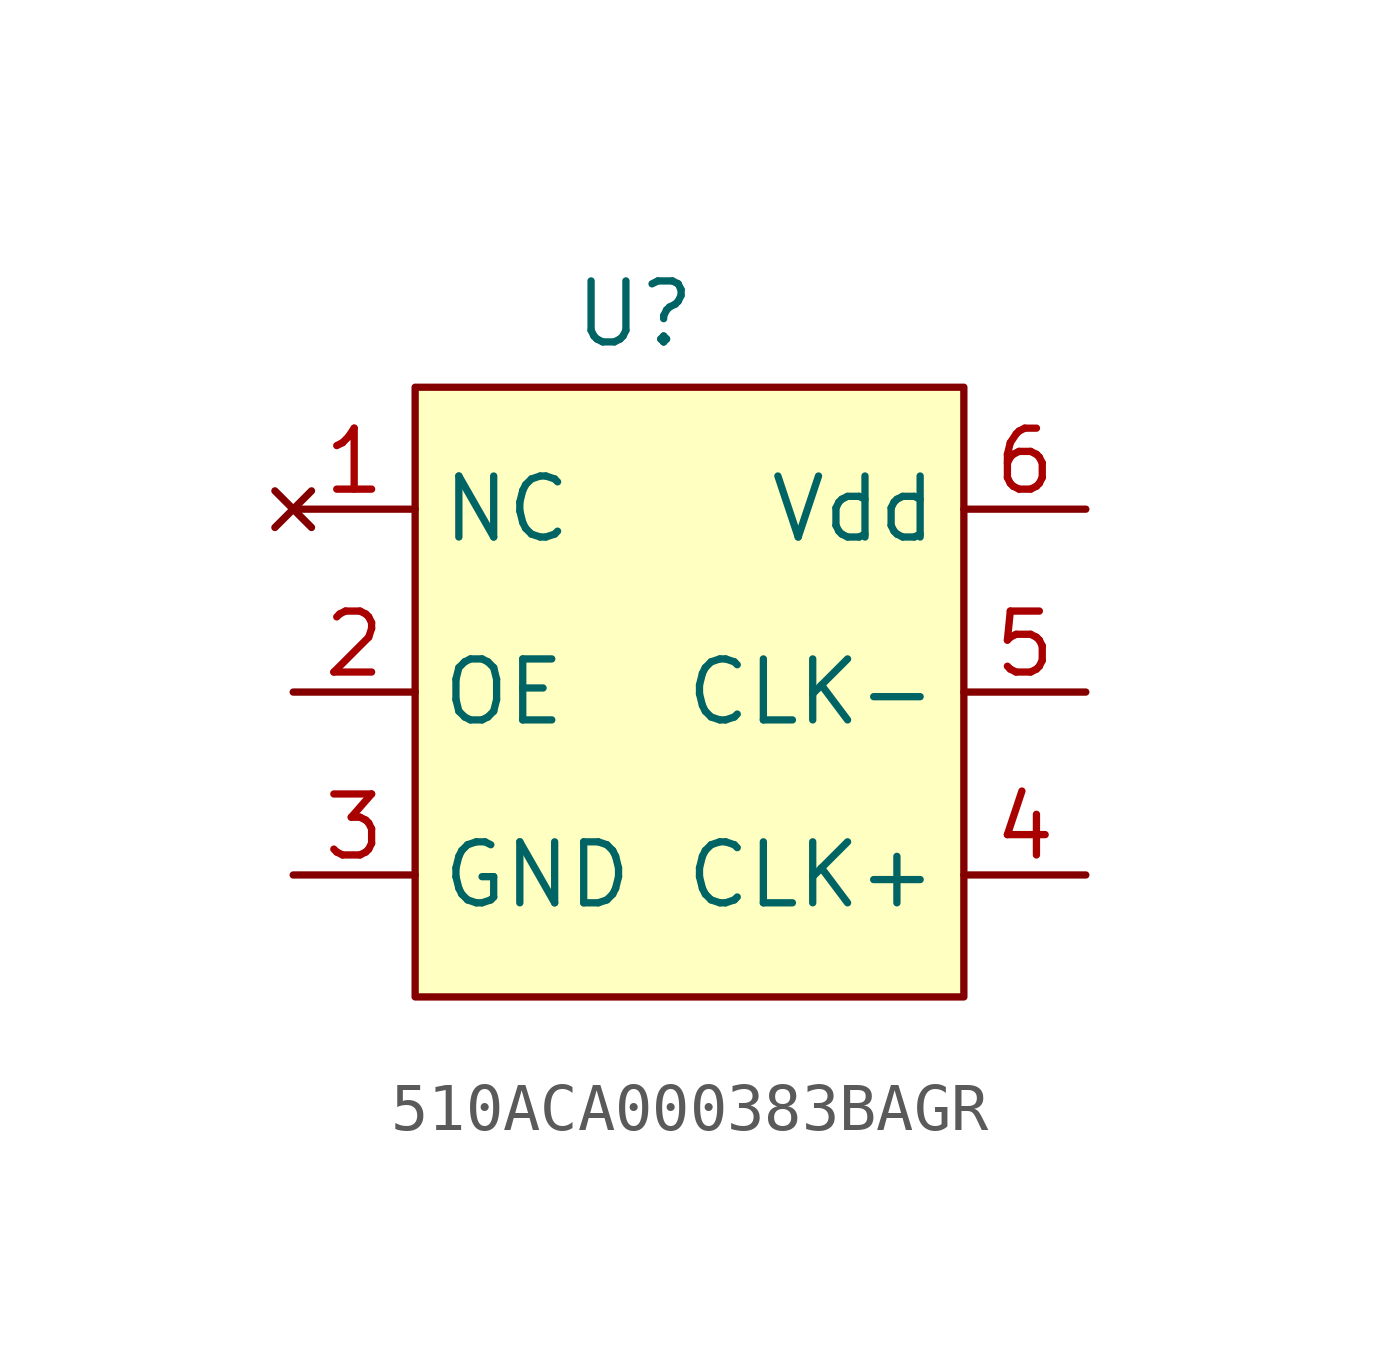
<source format=kicad_sym>
(kicad_symbol_lib
  (version 20231120)
  (generator "kicad_symbol_editor")
  (generator_version "8.0")
  (symbol "510ACA000383BAGR"
    (property "Reference" "U"
      (at 0.762 7.874 0)
      (effects (font (size 1.27 1.27))))
    (property "Value" ""
      (at 0 0 0)
      (effects (font (size 1.27 1.27))))
    (symbol "510ACA000383BAGR_1_1"
      (rectangle (start -3.81 6.35) (end 7.62 -6.35) (stroke (width 0) (type default)) (fill (type background)))
      (pin no_connect line (at -6.35 3.81 0) (length 2.54) (name "NC" (effects (font (size 1.27 1.27)))) (number "1" (effects (font (size 1.27 1.27)))))
      (pin input line (at -6.35 0 0) (length 2.54) (name "OE" (effects (font (size 1.27 1.27)))) (number "2" (effects (font (size 1.27 1.27)))))
      (pin passive line (at -6.35 -3.81 0) (length 2.54) (name "GND" (effects (font (size 1.27 1.27)))) (number "3" (effects (font (size 1.27 1.27)))))
      (pin output line (at 10.16 -3.81 180) (length 2.54) (name "CLK+" (effects (font (size 1.27 1.27)))) (number "4" (effects (font (size 1.27 1.27)))))
      (pin output line (at 10.16 0 180) (length 2.54) (name "CLK-" (effects (font (size 1.27 1.27)))) (number "5" (effects (font (size 1.27 1.27)))))
      (pin power_in line (at 10.16 3.81 180) (length 2.54) (name "Vdd" (effects (font (size 1.27 1.27)))) (number "6" (effects (font (size 1.27 1.27))))))))
</source>
